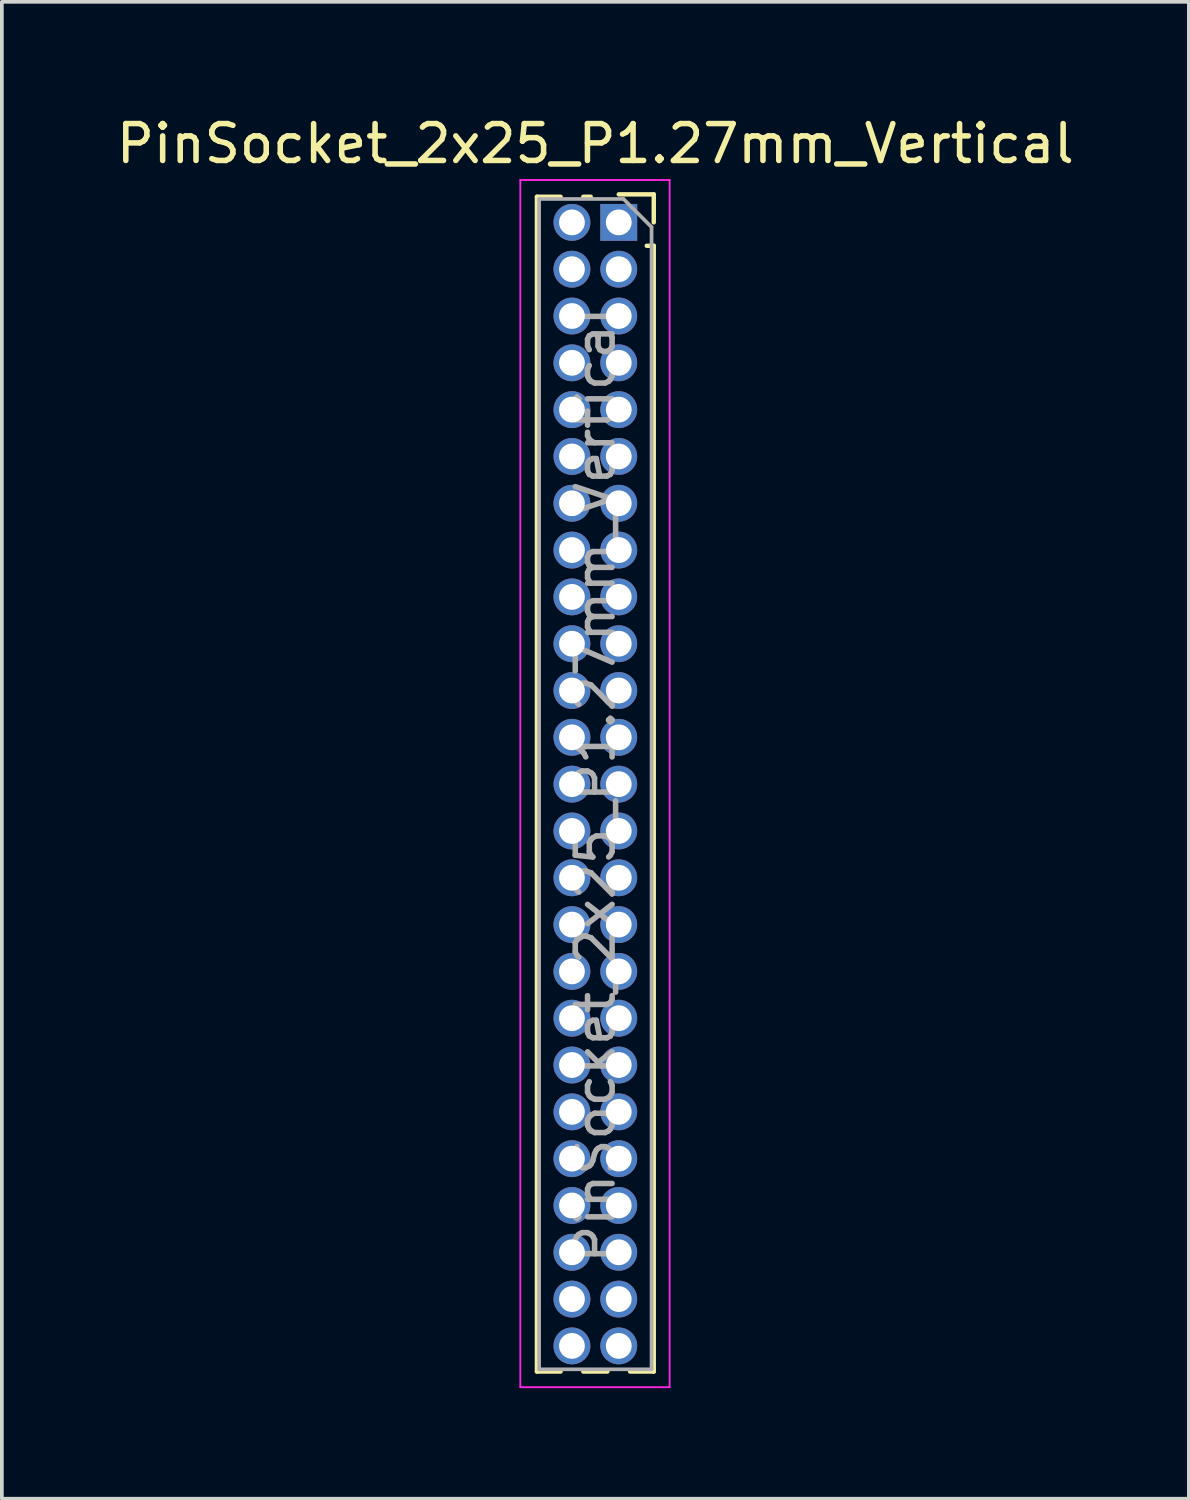
<source format=kicad_pcb>
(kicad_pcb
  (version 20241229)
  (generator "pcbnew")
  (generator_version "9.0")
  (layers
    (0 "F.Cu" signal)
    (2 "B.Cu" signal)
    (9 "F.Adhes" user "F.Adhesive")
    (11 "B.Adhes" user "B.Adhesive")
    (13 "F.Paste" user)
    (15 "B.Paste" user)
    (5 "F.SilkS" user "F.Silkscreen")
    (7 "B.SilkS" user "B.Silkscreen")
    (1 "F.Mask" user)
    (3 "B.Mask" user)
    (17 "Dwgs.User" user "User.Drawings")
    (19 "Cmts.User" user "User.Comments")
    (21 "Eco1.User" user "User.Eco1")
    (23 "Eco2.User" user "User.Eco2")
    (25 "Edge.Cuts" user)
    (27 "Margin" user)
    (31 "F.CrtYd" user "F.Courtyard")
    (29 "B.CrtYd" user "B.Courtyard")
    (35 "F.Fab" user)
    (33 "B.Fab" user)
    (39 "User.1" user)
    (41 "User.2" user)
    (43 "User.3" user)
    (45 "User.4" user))
  (footprint "PinSocket_2x25_P1.27mm_Vertical"
    (layer "F.Cu")
    (at 13.736 2.983)
    (property "Reference" "PinSocket_2x25_P1.27mm_Vertical" (at -0.635 -2.135 0) (layer "F.SilkS") (effects (font (size 1 1) (thickness 0.15))))
    (attr through_hole)
    (fp_line (start -2.22 -0.695) (end -2.22 31.175) (stroke (width 0.12) (type solid)) (layer "F.SilkS"))
    (fp_line (start -2.22 -0.695) (end -1.578 -0.695) (stroke (width 0.12) (type solid)) (layer "F.SilkS"))
    (fp_line (start -2.22 31.175) (end -1.578 31.175) (stroke (width 0.12) (type solid)) (layer "F.SilkS"))
    (fp_line (start -0.962 -0.695) (end -0.76 -0.695) (stroke (width 0.12) (type solid)) (layer "F.SilkS"))
    (fp_line (start -0.962 31.175) (end -0.308 31.175) (stroke (width 0.12) (type solid)) (layer "F.SilkS"))
    (fp_line (start 0 -0.76) (end 0.95 -0.76) (stroke (width 0.12) (type solid)) (layer "F.SilkS"))
    (fp_line (start 0.308 31.175) (end 0.95 31.175) (stroke (width 0.12) (type solid)) (layer "F.SilkS"))
    (fp_line (start 0.76 0.635) (end 0.95 0.635) (stroke (width 0.12) (type solid)) (layer "F.SilkS"))
    (fp_line (start 0.95 -0.76) (end 0.95 0) (stroke (width 0.12) (type solid)) (layer "F.SilkS"))
    (fp_line (start 0.95 0.635) (end 0.95 31.175) (stroke (width 0.12) (type solid)) (layer "F.SilkS"))
    (fp_line (start -2.67 -1.15) (end 1.38 -1.15) (stroke (width 0.05) (type solid)) (layer "F.CrtYd"))
    (fp_line (start -2.67 31.6) (end -2.67 -1.15) (stroke (width 0.05) (type solid)) (layer "F.CrtYd"))
    (fp_line (start 1.38 -1.15) (end 1.38 31.6) (stroke (width 0.05) (type solid)) (layer "F.CrtYd"))
    (fp_line (start 1.38 31.6) (end -2.67 31.6) (stroke (width 0.05) (type solid)) (layer "F.CrtYd"))
    (fp_line (start -2.16 -0.635) (end 0.128 -0.635) (stroke (width 0.1) (type solid)) (layer "F.Fab"))
    (fp_line (start -2.16 31.115) (end -2.16 -0.635) (stroke (width 0.1) (type solid)) (layer "F.Fab"))
    (fp_line (start 0.128 -0.635) (end 0.89 0.128) (stroke (width 0.1) (type solid)) (layer "F.Fab"))
    (fp_line (start 0.89 0.128) (end 0.89 31.115) (stroke (width 0.1) (type solid)) (layer "F.Fab"))
    (fp_line (start 0.89 31.115) (end -2.16 31.115) (stroke (width 0.1) (type solid)) (layer "F.Fab"))
    (fp_text user "${REFERENCE}" (at -0.635 15.24 90) (layer "F.Fab") (effects (font (size 1 1) (thickness 0.15))))
    (pad "1" thru_hole rect (at 0 0) (size 1 1) (drill 0.7) (layers "*.Cu" "*.Mask"))
    (pad "2" thru_hole circle (at -1.27 0) (size 1 1) (drill 0.7) (layers "*.Cu" "*.Mask"))
    (pad "3" thru_hole circle (at 0 1.27) (size 1 1) (drill 0.7) (layers "*.Cu" "*.Mask"))
    (pad "4" thru_hole circle (at -1.27 1.27) (size 1 1) (drill 0.7) (layers "*.Cu" "*.Mask"))
    (pad "5" thru_hole circle (at 0 2.54) (size 1 1) (drill 0.7) (layers "*.Cu" "*.Mask"))
    (pad "6" thru_hole circle (at -1.27 2.54) (size 1 1) (drill 0.7) (layers "*.Cu" "*.Mask"))
    (pad "7" thru_hole circle (at 0 3.81) (size 1 1) (drill 0.7) (layers "*.Cu" "*.Mask"))
    (pad "8" thru_hole circle (at -1.27 3.81) (size 1 1) (drill 0.7) (layers "*.Cu" "*.Mask"))
    (pad "9" thru_hole circle (at 0 5.08) (size 1 1) (drill 0.7) (layers "*.Cu" "*.Mask"))
    (pad "10" thru_hole circle (at -1.27 5.08) (size 1 1) (drill 0.7) (layers "*.Cu" "*.Mask"))
    (pad "11" thru_hole circle (at 0 6.35) (size 1 1) (drill 0.7) (layers "*.Cu" "*.Mask"))
    (pad "12" thru_hole circle (at -1.27 6.35) (size 1 1) (drill 0.7) (layers "*.Cu" "*.Mask"))
    (pad "13" thru_hole circle (at 0 7.62) (size 1 1) (drill 0.7) (layers "*.Cu" "*.Mask"))
    (pad "14" thru_hole circle (at -1.27 7.62) (size 1 1) (drill 0.7) (layers "*.Cu" "*.Mask"))
    (pad "15" thru_hole circle (at 0 8.89) (size 1 1) (drill 0.7) (layers "*.Cu" "*.Mask"))
    (pad "16" thru_hole circle (at -1.27 8.89) (size 1 1) (drill 0.7) (layers "*.Cu" "*.Mask"))
    (pad "17" thru_hole circle (at 0 10.16) (size 1 1) (drill 0.7) (layers "*.Cu" "*.Mask"))
    (pad "18" thru_hole circle (at -1.27 10.16) (size 1 1) (drill 0.7) (layers "*.Cu" "*.Mask"))
    (pad "19" thru_hole circle (at 0 11.43) (size 1 1) (drill 0.7) (layers "*.Cu" "*.Mask"))
    (pad "20" thru_hole circle (at -1.27 11.43) (size 1 1) (drill 0.7) (layers "*.Cu" "*.Mask"))
    (pad "21" thru_hole circle (at 0 12.7) (size 1 1) (drill 0.7) (layers "*.Cu" "*.Mask"))
    (pad "22" thru_hole circle (at -1.27 12.7) (size 1 1) (drill 0.7) (layers "*.Cu" "*.Mask"))
    (pad "23" thru_hole circle (at 0 13.97) (size 1 1) (drill 0.7) (layers "*.Cu" "*.Mask"))
    (pad "24" thru_hole circle (at -1.27 13.97) (size 1 1) (drill 0.7) (layers "*.Cu" "*.Mask"))
    (pad "25" thru_hole circle (at 0 15.24) (size 1 1) (drill 0.7) (layers "*.Cu" "*.Mask"))
    (pad "26" thru_hole circle (at -1.27 15.24) (size 1 1) (drill 0.7) (layers "*.Cu" "*.Mask"))
    (pad "27" thru_hole circle (at 0 16.51) (size 1 1) (drill 0.7) (layers "*.Cu" "*.Mask"))
    (pad "28" thru_hole circle (at -1.27 16.51) (size 1 1) (drill 0.7) (layers "*.Cu" "*.Mask"))
    (pad "29" thru_hole circle (at 0 17.78) (size 1 1) (drill 0.7) (layers "*.Cu" "*.Mask"))
    (pad "30" thru_hole circle (at -1.27 17.78) (size 1 1) (drill 0.7) (layers "*.Cu" "*.Mask"))
    (pad "31" thru_hole circle (at 0 19.05) (size 1 1) (drill 0.7) (layers "*.Cu" "*.Mask"))
    (pad "32" thru_hole circle (at -1.27 19.05) (size 1 1) (drill 0.7) (layers "*.Cu" "*.Mask"))
    (pad "33" thru_hole circle (at 0 20.32) (size 1 1) (drill 0.7) (layers "*.Cu" "*.Mask"))
    (pad "34" thru_hole circle (at -1.27 20.32) (size 1 1) (drill 0.7) (layers "*.Cu" "*.Mask"))
    (pad "35" thru_hole circle (at 0 21.59) (size 1 1) (drill 0.7) (layers "*.Cu" "*.Mask"))
    (pad "36" thru_hole circle (at -1.27 21.59) (size 1 1) (drill 0.7) (layers "*.Cu" "*.Mask"))
    (pad "37" thru_hole circle (at 0 22.86) (size 1 1) (drill 0.7) (layers "*.Cu" "*.Mask"))
    (pad "38" thru_hole circle (at -1.27 22.86) (size 1 1) (drill 0.7) (layers "*.Cu" "*.Mask"))
    (pad "39" thru_hole circle (at 0 24.13) (size 1 1) (drill 0.7) (layers "*.Cu" "*.Mask"))
    (pad "40" thru_hole circle (at -1.27 24.13) (size 1 1) (drill 0.7) (layers "*.Cu" "*.Mask"))
    (pad "41" thru_hole circle (at 0 25.4) (size 1 1) (drill 0.7) (layers "*.Cu" "*.Mask"))
    (pad "42" thru_hole circle (at -1.27 25.4) (size 1 1) (drill 0.7) (layers "*.Cu" "*.Mask"))
    (pad "43" thru_hole circle (at 0 26.67) (size 1 1) (drill 0.7) (layers "*.Cu" "*.Mask"))
    (pad "44" thru_hole circle (at -1.27 26.67) (size 1 1) (drill 0.7) (layers "*.Cu" "*.Mask"))
    (pad "45" thru_hole circle (at 0 27.94) (size 1 1) (drill 0.7) (layers "*.Cu" "*.Mask"))
    (pad "46" thru_hole circle (at -1.27 27.94) (size 1 1) (drill 0.7) (layers "*.Cu" "*.Mask"))
    (pad "47" thru_hole circle (at 0 29.21) (size 1 1) (drill 0.7) (layers "*.Cu" "*.Mask"))
    (pad "48" thru_hole circle (at -1.27 29.21) (size 1 1) (drill 0.7) (layers "*.Cu" "*.Mask"))
    (pad "49" thru_hole circle (at 0 30.48) (size 1 1) (drill 0.7) (layers "*.Cu" "*.Mask"))
    (pad "50" thru_hole circle (at -1.27 30.48) (size 1 1) (drill 0.7) (layers "*.Cu" "*.Mask")))
  (gr_rect
    (start -3 -3)
    (end 29.202 37.608)
    (stroke (width 0.1) (type default))
    (fill no)
    (layer "Edge.Cuts")))
</source>
